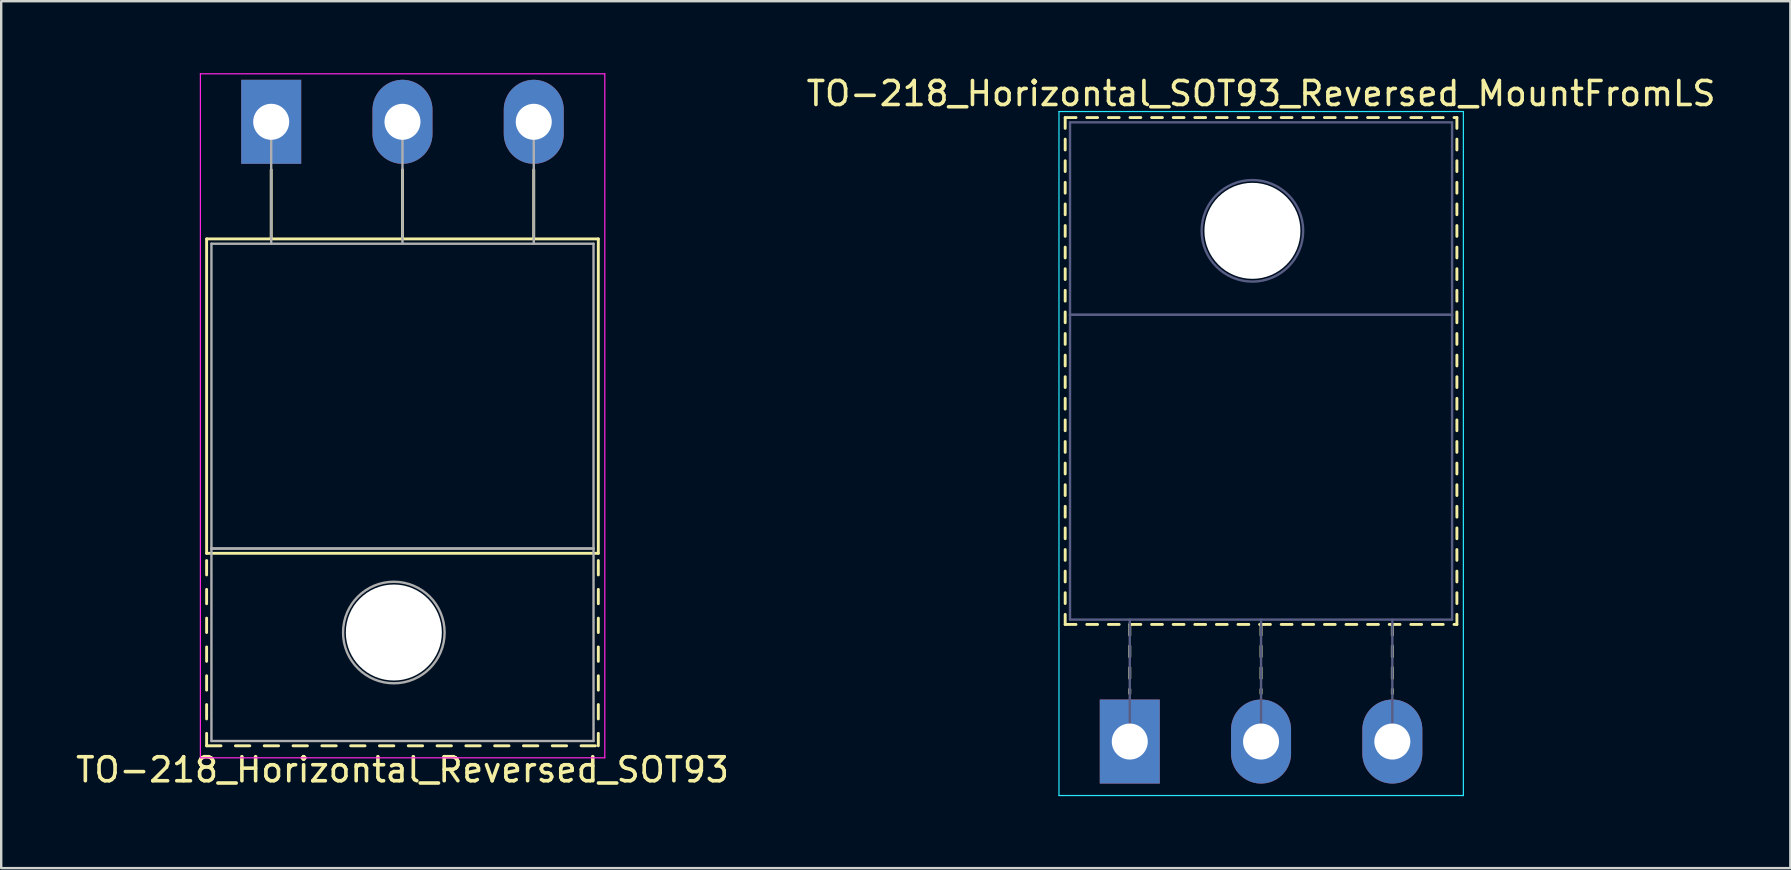
<source format=kicad_pcb>
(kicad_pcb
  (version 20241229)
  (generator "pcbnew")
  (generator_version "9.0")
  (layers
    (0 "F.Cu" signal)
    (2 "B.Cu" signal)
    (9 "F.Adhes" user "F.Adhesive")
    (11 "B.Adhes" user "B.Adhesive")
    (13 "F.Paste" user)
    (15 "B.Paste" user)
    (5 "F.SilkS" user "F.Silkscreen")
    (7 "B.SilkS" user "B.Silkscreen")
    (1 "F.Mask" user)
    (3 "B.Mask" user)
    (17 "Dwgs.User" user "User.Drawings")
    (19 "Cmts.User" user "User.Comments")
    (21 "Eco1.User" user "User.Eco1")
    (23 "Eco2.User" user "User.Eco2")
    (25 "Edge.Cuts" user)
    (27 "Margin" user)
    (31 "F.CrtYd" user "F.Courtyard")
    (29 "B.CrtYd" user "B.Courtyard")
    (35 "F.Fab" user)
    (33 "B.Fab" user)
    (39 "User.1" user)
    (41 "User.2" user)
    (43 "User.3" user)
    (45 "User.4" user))
  (footprint "TO-218_Horizontal_Reversed_SOT93"
    (layer "F.Cu")
    (at 8.25 2.025)
    (property "Reference" "TO-218_Horizontal_Reversed_SOT93" (at 5.47 27 0) (layer "F.SilkS") (effects (font (size 1 1) (thickness 0.15))))
    (attr through_hole)
    (fp_line (start -2.691 4.88) (end -2.691 17.98) (stroke (width 0.12) (type solid)) (layer "F.SilkS"))
    (fp_line (start -2.691 4.88) (end 13.63 4.88) (stroke (width 0.12) (type solid)) (layer "F.SilkS"))
    (fp_line (start -2.691 17.98) (end 13.63 17.98) (stroke (width 0.12) (type solid)) (layer "F.SilkS"))
    (fp_line (start -2.691 18.28) (end -2.691 18.881) (stroke (width 0.12) (type solid)) (layer "F.SilkS"))
    (fp_line (start -2.691 19.481) (end -2.691 20.081) (stroke (width 0.12) (type solid)) (layer "F.SilkS"))
    (fp_line (start -2.691 20.681) (end -2.691 21.281) (stroke (width 0.12) (type solid)) (layer "F.SilkS"))
    (fp_line (start -2.691 21.881) (end -2.691 22.481) (stroke (width 0.12) (type solid)) (layer "F.SilkS"))
    (fp_line (start -2.691 23.081) (end -2.691 23.681) (stroke (width 0.12) (type solid)) (layer "F.SilkS"))
    (fp_line (start -2.691 24.281) (end -2.691 24.881) (stroke (width 0.12) (type solid)) (layer "F.SilkS"))
    (fp_line (start -2.691 25.481) (end -2.691 26) (stroke (width 0.12) (type solid)) (layer "F.SilkS"))
    (fp_line (start -2.691 26) (end -2.091 26) (stroke (width 0.12) (type solid)) (layer "F.SilkS"))
    (fp_line (start -1.491 26) (end -0.891 26) (stroke (width 0.12) (type solid)) (layer "F.SilkS"))
    (fp_line (start -0.291 26) (end 0.31 26) (stroke (width 0.12) (type solid)) (layer "F.SilkS"))
    (fp_line (start 0 2) (end 0 4.88) (stroke (width 0.12) (type solid)) (layer "F.SilkS"))
    (fp_line (start 0.91 26) (end 1.51 26) (stroke (width 0.12) (type solid)) (layer "F.SilkS"))
    (fp_line (start 2.11 26) (end 2.71 26) (stroke (width 0.12) (type solid)) (layer "F.SilkS"))
    (fp_line (start 3.31 26) (end 3.91 26) (stroke (width 0.12) (type solid)) (layer "F.SilkS"))
    (fp_line (start 4.51 26) (end 5.11 26) (stroke (width 0.12) (type solid)) (layer "F.SilkS"))
    (fp_line (start 5.47 2) (end 5.47 4.88) (stroke (width 0.12) (type solid)) (layer "F.SilkS"))
    (fp_line (start 5.71 26) (end 6.31 26) (stroke (width 0.12) (type solid)) (layer "F.SilkS"))
    (fp_line (start 6.91 26) (end 7.51 26) (stroke (width 0.12) (type solid)) (layer "F.SilkS"))
    (fp_line (start 8.11 26) (end 8.71 26) (stroke (width 0.12) (type solid)) (layer "F.SilkS"))
    (fp_line (start 9.31 26) (end 9.91 26) (stroke (width 0.12) (type solid)) (layer "F.SilkS"))
    (fp_line (start 10.51 26) (end 11.11 26) (stroke (width 0.12) (type solid)) (layer "F.SilkS"))
    (fp_line (start 10.94 2) (end 10.94 4.88) (stroke (width 0.12) (type solid)) (layer "F.SilkS"))
    (fp_line (start 11.71 26) (end 12.31 26) (stroke (width 0.12) (type solid)) (layer "F.SilkS"))
    (fp_line (start 12.91 26) (end 13.51 26) (stroke (width 0.12) (type solid)) (layer "F.SilkS"))
    (fp_line (start 13.63 4.88) (end 13.63 17.98) (stroke (width 0.12) (type solid)) (layer "F.SilkS"))
    (fp_line (start 13.63 18.28) (end 13.63 18.881) (stroke (width 0.12) (type solid)) (layer "F.SilkS"))
    (fp_line (start 13.63 19.481) (end 13.63 20.081) (stroke (width 0.12) (type solid)) (layer "F.SilkS"))
    (fp_line (start 13.63 20.681) (end 13.63 21.281) (stroke (width 0.12) (type solid)) (layer "F.SilkS"))
    (fp_line (start 13.63 21.881) (end 13.63 22.481) (stroke (width 0.12) (type solid)) (layer "F.SilkS"))
    (fp_line (start 13.63 23.081) (end 13.63 23.681) (stroke (width 0.12) (type solid)) (layer "F.SilkS"))
    (fp_line (start 13.63 24.281) (end 13.63 24.881) (stroke (width 0.12) (type solid)) (layer "F.SilkS"))
    (fp_line (start 13.63 25.481) (end 13.63 26) (stroke (width 0.12) (type solid)) (layer "F.SilkS"))
    (fp_line (start -2.95 -2) (end -2.95 26.5) (stroke (width 0.05) (type solid)) (layer "F.CrtYd"))
    (fp_line (start -2.95 26.5) (end 13.9 26.5) (stroke (width 0.05) (type solid)) (layer "F.CrtYd"))
    (fp_line (start 13.9 -2) (end -2.95 -2) (stroke (width 0.05) (type solid)) (layer "F.CrtYd"))
    (fp_line (start 13.9 26.5) (end 13.9 -2) (stroke (width 0.05) (type solid)) (layer "F.CrtYd"))
    (fp_line (start -2.49 5.08) (end -2.49 17.78) (stroke (width 0.1) (type solid)) (layer "F.Fab"))
    (fp_line (start -2.49 17.78) (end -2.49 25.8) (stroke (width 0.1) (type solid)) (layer "F.Fab"))
    (fp_line (start -2.49 17.78) (end 13.43 17.78) (stroke (width 0.1) (type solid)) (layer "F.Fab"))
    (fp_line (start -2.49 25.8) (end 13.43 25.8) (stroke (width 0.1) (type solid)) (layer "F.Fab"))
    (fp_line (start 0 5.08) (end 0 0) (stroke (width 0.1) (type solid)) (layer "F.Fab"))
    (fp_line (start 5.47 5.08) (end 5.47 0) (stroke (width 0.1) (type solid)) (layer "F.Fab"))
    (fp_line (start 10.94 5.08) (end 10.94 0) (stroke (width 0.1) (type solid)) (layer "F.Fab"))
    (fp_line (start 13.43 5.08) (end -2.49 5.08) (stroke (width 0.1) (type solid)) (layer "F.Fab"))
    (fp_line (start 13.43 17.78) (end -2.49 17.78) (stroke (width 0.1) (type solid)) (layer "F.Fab"))
    (fp_line (start 13.43 17.78) (end 13.43 5.08) (stroke (width 0.1) (type solid)) (layer "F.Fab"))
    (fp_line (start 13.43 25.8) (end 13.43 17.78) (stroke (width 0.1) (type solid)) (layer "F.Fab"))
    (fp_circle (center 5.11 21.28) (end 7.225 21.28) (stroke (width 0.1) (type solid)) (fill no) (layer "F.Fab"))
    (pad "" np_thru_hole oval (at 5.11 21.28) (size 4 4) (drill 4) (layers "*.Cu" "*.Mask"))
    (pad "1" thru_hole rect (at 0 0) (size 2.5 3.5) (drill 1.5) (layers "*.Cu" "*.Mask"))
    (pad "2" thru_hole oval (at 5.47 0) (size 2.5 3.5) (drill 1.5) (layers "*.Cu" "*.Mask"))
    (pad "3" thru_hole oval (at 10.94 0) (size 2.5 3.5) (drill 1.5) (layers "*.Cu" "*.Mask")))
  (footprint "TO-218_Horizontal_SOT93_Reversed_MountFromLS"
    (layer "F.Cu")
    (at 44.024 27.848)
    (property "Reference" "TO-218_Horizontal_SOT93_Reversed_MountFromLS" (at 5.47 -27 0) (layer "F.SilkS") (effects (font (size 1 1) (thickness 0.15))))
    (attr through_hole)
    (fp_line (start -2.691 -26) (end -2.691 -25.55) (stroke (width 0.12) (type solid)) (layer "F.SilkS"))
    (fp_line (start -2.691 -26) (end -2.24 -26) (stroke (width 0.12) (type solid)) (layer "F.SilkS"))
    (fp_line (start -2.691 -25.1) (end -2.691 -24.65) (stroke (width 0.12) (type solid)) (layer "F.SilkS"))
    (fp_line (start -2.691 -24.2) (end -2.691 -23.75) (stroke (width 0.12) (type solid)) (layer "F.SilkS"))
    (fp_line (start -2.691 -23.3) (end -2.691 -22.85) (stroke (width 0.12) (type solid)) (layer "F.SilkS"))
    (fp_line (start -2.691 -22.4) (end -2.691 -21.951) (stroke (width 0.12) (type solid)) (layer "F.SilkS"))
    (fp_line (start -2.691 -21.501) (end -2.691 -21.051) (stroke (width 0.12) (type solid)) (layer "F.SilkS"))
    (fp_line (start -2.691 -20.601) (end -2.691 -20.151) (stroke (width 0.12) (type solid)) (layer "F.SilkS"))
    (fp_line (start -2.691 -19.701) (end -2.691 -19.251) (stroke (width 0.12) (type solid)) (layer "F.SilkS"))
    (fp_line (start -2.691 -18.801) (end -2.691 -18.351) (stroke (width 0.12) (type solid)) (layer "F.SilkS"))
    (fp_line (start -2.691 -17.901) (end -2.691 -17.451) (stroke (width 0.12) (type solid)) (layer "F.SilkS"))
    (fp_line (start -2.691 -17.001) (end -2.691 -16.551) (stroke (width 0.12) (type solid)) (layer "F.SilkS"))
    (fp_line (start -2.691 -16.101) (end -2.691 -15.651) (stroke (width 0.12) (type solid)) (layer "F.SilkS"))
    (fp_line (start -2.691 -15.201) (end -2.691 -14.751) (stroke (width 0.12) (type solid)) (layer "F.SilkS"))
    (fp_line (start -2.691 -14.301) (end -2.691 -13.851) (stroke (width 0.12) (type solid)) (layer "F.SilkS"))
    (fp_line (start -2.691 -13.401) (end -2.691 -12.951) (stroke (width 0.12) (type solid)) (layer "F.SilkS"))
    (fp_line (start -2.691 -12.501) (end -2.691 -12.051) (stroke (width 0.12) (type solid)) (layer "F.SilkS"))
    (fp_line (start -2.691 -11.601) (end -2.691 -11.151) (stroke (width 0.12) (type solid)) (layer "F.SilkS"))
    (fp_line (start -2.691 -10.701) (end -2.691 -10.251) (stroke (width 0.12) (type solid)) (layer "F.SilkS"))
    (fp_line (start -2.691 -9.801) (end -2.691 -9.351) (stroke (width 0.12) (type solid)) (layer "F.SilkS"))
    (fp_line (start -2.691 -8.901) (end -2.691 -8.451) (stroke (width 0.12) (type solid)) (layer "F.SilkS"))
    (fp_line (start -2.691 -8.001) (end -2.691 -7.551) (stroke (width 0.12) (type solid)) (layer "F.SilkS"))
    (fp_line (start -2.691 -7.101) (end -2.691 -6.651) (stroke (width 0.12) (type solid)) (layer "F.SilkS"))
    (fp_line (start -2.691 -6.201) (end -2.691 -5.751) (stroke (width 0.12) (type solid)) (layer "F.SilkS"))
    (fp_line (start -2.691 -5.301) (end -2.691 -4.88) (stroke (width 0.12) (type solid)) (layer "F.SilkS"))
    (fp_line (start -2.691 -4.88) (end -2.24 -4.88) (stroke (width 0.12) (type solid)) (layer "F.SilkS"))
    (fp_line (start -1.791 -26) (end -1.341 -26) (stroke (width 0.12) (type solid)) (layer "F.SilkS"))
    (fp_line (start -1.791 -4.88) (end -1.341 -4.88) (stroke (width 0.12) (type solid)) (layer "F.SilkS"))
    (fp_line (start -0.891 -26) (end -0.441 -26) (stroke (width 0.12) (type solid)) (layer "F.SilkS"))
    (fp_line (start -0.891 -4.88) (end -0.441 -4.88) (stroke (width 0.12) (type solid)) (layer "F.SilkS"))
    (fp_line (start 0 -4.88) (end 0 -4.43) (stroke (width 0.12) (type solid)) (layer "F.SilkS"))
    (fp_line (start 0 -3.98) (end 0 -3.53) (stroke (width 0.12) (type solid)) (layer "F.SilkS"))
    (fp_line (start 0 -3.08) (end 0 -2.63) (stroke (width 0.12) (type solid)) (layer "F.SilkS"))
    (fp_line (start 0 -2.18) (end 0 -2) (stroke (width 0.12) (type solid)) (layer "F.SilkS"))
    (fp_line (start 0.01 -26) (end 0.46 -26) (stroke (width 0.12) (type solid)) (layer "F.SilkS"))
    (fp_line (start 0.01 -4.88) (end 0.46 -4.88) (stroke (width 0.12) (type solid)) (layer "F.SilkS"))
    (fp_line (start 0.91 -26) (end 1.36 -26) (stroke (width 0.12) (type solid)) (layer "F.SilkS"))
    (fp_line (start 0.91 -4.88) (end 1.36 -4.88) (stroke (width 0.12) (type solid)) (layer "F.SilkS"))
    (fp_line (start 1.81 -26) (end 2.26 -26) (stroke (width 0.12) (type solid)) (layer "F.SilkS"))
    (fp_line (start 1.81 -4.88) (end 2.26 -4.88) (stroke (width 0.12) (type solid)) (layer "F.SilkS"))
    (fp_line (start 2.71 -26) (end 3.16 -26) (stroke (width 0.12) (type solid)) (layer "F.SilkS"))
    (fp_line (start 2.71 -4.88) (end 3.16 -4.88) (stroke (width 0.12) (type solid)) (layer "F.SilkS"))
    (fp_line (start 3.61 -26) (end 4.06 -26) (stroke (width 0.12) (type solid)) (layer "F.SilkS"))
    (fp_line (start 3.61 -4.88) (end 4.06 -4.88) (stroke (width 0.12) (type solid)) (layer "F.SilkS"))
    (fp_line (start 4.51 -26) (end 4.96 -26) (stroke (width 0.12) (type solid)) (layer "F.SilkS"))
    (fp_line (start 4.51 -4.88) (end 4.96 -4.88) (stroke (width 0.12) (type solid)) (layer "F.SilkS"))
    (fp_line (start 5.41 -26) (end 5.86 -26) (stroke (width 0.12) (type solid)) (layer "F.SilkS"))
    (fp_line (start 5.41 -4.88) (end 5.86 -4.88) (stroke (width 0.12) (type solid)) (layer "F.SilkS"))
    (fp_line (start 5.47 -4.88) (end 5.47 -4.43) (stroke (width 0.12) (type solid)) (layer "F.SilkS"))
    (fp_line (start 5.47 -3.98) (end 5.47 -3.53) (stroke (width 0.12) (type solid)) (layer "F.SilkS"))
    (fp_line (start 5.47 -3.08) (end 5.47 -2.63) (stroke (width 0.12) (type solid)) (layer "F.SilkS"))
    (fp_line (start 5.47 -2.18) (end 5.47 -2) (stroke (width 0.12) (type solid)) (layer "F.SilkS"))
    (fp_line (start 6.31 -26) (end 6.761 -26) (stroke (width 0.12) (type solid)) (layer "F.SilkS"))
    (fp_line (start 6.31 -4.88) (end 6.761 -4.88) (stroke (width 0.12) (type solid)) (layer "F.SilkS"))
    (fp_line (start 7.211 -26) (end 7.661 -26) (stroke (width 0.12) (type solid)) (layer "F.SilkS"))
    (fp_line (start 7.211 -4.88) (end 7.661 -4.88) (stroke (width 0.12) (type solid)) (layer "F.SilkS"))
    (fp_line (start 8.111 -26) (end 8.56 -26) (stroke (width 0.12) (type solid)) (layer "F.SilkS"))
    (fp_line (start 8.111 -4.88) (end 8.56 -4.88) (stroke (width 0.12) (type solid)) (layer "F.SilkS"))
    (fp_line (start 9.01 -26) (end 9.46 -26) (stroke (width 0.12) (type solid)) (layer "F.SilkS"))
    (fp_line (start 9.01 -4.88) (end 9.46 -4.88) (stroke (width 0.12) (type solid)) (layer "F.SilkS"))
    (fp_line (start 9.91 -26) (end 10.36 -26) (stroke (width 0.12) (type solid)) (layer "F.SilkS"))
    (fp_line (start 9.91 -4.88) (end 10.36 -4.88) (stroke (width 0.12) (type solid)) (layer "F.SilkS"))
    (fp_line (start 10.81 -26) (end 11.26 -26) (stroke (width 0.12) (type solid)) (layer "F.SilkS"))
    (fp_line (start 10.81 -4.88) (end 11.26 -4.88) (stroke (width 0.12) (type solid)) (layer "F.SilkS"))
    (fp_line (start 10.94 -4.88) (end 10.94 -4.43) (stroke (width 0.12) (type solid)) (layer "F.SilkS"))
    (fp_line (start 10.94 -3.98) (end 10.94 -3.53) (stroke (width 0.12) (type solid)) (layer "F.SilkS"))
    (fp_line (start 10.94 -3.08) (end 10.94 -2.63) (stroke (width 0.12) (type solid)) (layer "F.SilkS"))
    (fp_line (start 10.94 -2.18) (end 10.94 -2) (stroke (width 0.12) (type solid)) (layer "F.SilkS"))
    (fp_line (start 11.71 -26) (end 12.16 -26) (stroke (width 0.12) (type solid)) (layer "F.SilkS"))
    (fp_line (start 11.71 -4.88) (end 12.16 -4.88) (stroke (width 0.12) (type solid)) (layer "F.SilkS"))
    (fp_line (start 12.61 -26) (end 13.06 -26) (stroke (width 0.12) (type solid)) (layer "F.SilkS"))
    (fp_line (start 12.61 -4.88) (end 13.06 -4.88) (stroke (width 0.12) (type solid)) (layer "F.SilkS"))
    (fp_line (start 13.51 -26) (end 13.63 -26) (stroke (width 0.12) (type solid)) (layer "F.SilkS"))
    (fp_line (start 13.51 -4.88) (end 13.63 -4.88) (stroke (width 0.12) (type solid)) (layer "F.SilkS"))
    (fp_line (start 13.63 -26) (end 13.63 -25.55) (stroke (width 0.12) (type solid)) (layer "F.SilkS"))
    (fp_line (start 13.63 -25.1) (end 13.63 -24.65) (stroke (width 0.12) (type solid)) (layer "F.SilkS"))
    (fp_line (start 13.63 -24.2) (end 13.63 -23.75) (stroke (width 0.12) (type solid)) (layer "F.SilkS"))
    (fp_line (start 13.63 -23.3) (end 13.63 -22.85) (stroke (width 0.12) (type solid)) (layer "F.SilkS"))
    (fp_line (start 13.63 -22.4) (end 13.63 -21.951) (stroke (width 0.12) (type solid)) (layer "F.SilkS"))
    (fp_line (start 13.63 -21.501) (end 13.63 -21.051) (stroke (width 0.12) (type solid)) (layer "F.SilkS"))
    (fp_line (start 13.63 -20.601) (end 13.63 -20.151) (stroke (width 0.12) (type solid)) (layer "F.SilkS"))
    (fp_line (start 13.63 -19.701) (end 13.63 -19.251) (stroke (width 0.12) (type solid)) (layer "F.SilkS"))
    (fp_line (start 13.63 -18.801) (end 13.63 -18.351) (stroke (width 0.12) (type solid)) (layer "F.SilkS"))
    (fp_line (start 13.63 -17.901) (end 13.63 -17.451) (stroke (width 0.12) (type solid)) (layer "F.SilkS"))
    (fp_line (start 13.63 -17.001) (end 13.63 -16.551) (stroke (width 0.12) (type solid)) (layer "F.SilkS"))
    (fp_line (start 13.63 -16.101) (end 13.63 -15.651) (stroke (width 0.12) (type solid)) (layer "F.SilkS"))
    (fp_line (start 13.63 -15.201) (end 13.63 -14.751) (stroke (width 0.12) (type solid)) (layer "F.SilkS"))
    (fp_line (start 13.63 -14.301) (end 13.63 -13.851) (stroke (width 0.12) (type solid)) (layer "F.SilkS"))
    (fp_line (start 13.63 -13.401) (end 13.63 -12.951) (stroke (width 0.12) (type solid)) (layer "F.SilkS"))
    (fp_line (start 13.63 -12.501) (end 13.63 -12.051) (stroke (width 0.12) (type solid)) (layer "F.SilkS"))
    (fp_line (start 13.63 -11.601) (end 13.63 -11.151) (stroke (width 0.12) (type solid)) (layer "F.SilkS"))
    (fp_line (start 13.63 -10.701) (end 13.63 -10.251) (stroke (width 0.12) (type solid)) (layer "F.SilkS"))
    (fp_line (start 13.63 -9.801) (end 13.63 -9.351) (stroke (width 0.12) (type solid)) (layer "F.SilkS"))
    (fp_line (start 13.63 -8.901) (end 13.63 -8.451) (stroke (width 0.12) (type solid)) (layer "F.SilkS"))
    (fp_line (start 13.63 -8.001) (end 13.63 -7.551) (stroke (width 0.12) (type solid)) (layer "F.SilkS"))
    (fp_line (start 13.63 -7.101) (end 13.63 -6.651) (stroke (width 0.12) (type solid)) (layer "F.SilkS"))
    (fp_line (start 13.63 -6.201) (end 13.63 -5.751) (stroke (width 0.12) (type solid)) (layer "F.SilkS"))
    (fp_line (start 13.63 -5.301) (end 13.63 -4.88) (stroke (width 0.12) (type solid)) (layer "F.SilkS"))
    (fp_line (start -2.95 -26.25) (end -2.95 2.25) (stroke (width 0.05) (type solid)) (layer "B.CrtYd"))
    (fp_line (start -2.95 2.25) (end 13.9 2.25) (stroke (width 0.05) (type solid)) (layer "B.CrtYd"))
    (fp_line (start 13.9 -26.25) (end -2.95 -26.25) (stroke (width 0.05) (type solid)) (layer "B.CrtYd"))
    (fp_line (start 13.9 2.25) (end 13.9 -26.25) (stroke (width 0.05) (type solid)) (layer "B.CrtYd"))
    (fp_line (start -2.49 -25.8) (end 13.43 -25.8) (stroke (width 0.1) (type solid)) (layer "B.Fab"))
    (fp_line (start -2.49 -17.78) (end -2.49 -25.8) (stroke (width 0.1) (type solid)) (layer "B.Fab"))
    (fp_line (start -2.49 -17.78) (end 13.43 -17.78) (stroke (width 0.1) (type solid)) (layer "B.Fab"))
    (fp_line (start -2.49 -5.08) (end -2.49 -17.78) (stroke (width 0.1) (type solid)) (layer "B.Fab"))
    (fp_line (start 0 -5.08) (end 0 0) (stroke (width 0.1) (type solid)) (layer "B.Fab"))
    (fp_line (start 5.47 -5.08) (end 5.47 0) (stroke (width 0.1) (type solid)) (layer "B.Fab"))
    (fp_line (start 10.94 -5.08) (end 10.94 0) (stroke (width 0.1) (type solid)) (layer "B.Fab"))
    (fp_line (start 13.43 -25.8) (end 13.43 -17.78) (stroke (width 0.1) (type solid)) (layer "B.Fab"))
    (fp_line (start 13.43 -17.78) (end -2.49 -17.78) (stroke (width 0.1) (type solid)) (layer "B.Fab"))
    (fp_line (start 13.43 -17.78) (end 13.43 -5.08) (stroke (width 0.1) (type solid)) (layer "B.Fab"))
    (fp_line (start 13.43 -5.08) (end -2.49 -5.08) (stroke (width 0.1) (type solid)) (layer "B.Fab"))
    (fp_circle (center 5.11 -21.28) (end 7.225 -21.28) (stroke (width 0.1) (type solid)) (fill no) (layer "B.Fab"))
    (pad "" np_thru_hole oval (at 5.11 -21.28) (size 4 4) (drill 4) (layers "*.Cu" "*.Mask"))
    (pad "1" thru_hole rect (at 0 0) (size 2.5 3.5) (drill 1.5) (layers "*.Cu" "*.Mask"))
    (pad "2" thru_hole oval (at 5.47 0) (size 2.5 3.5) (drill 1.5) (layers "*.Cu" "*.Mask"))
    (pad "3" thru_hole oval (at 10.94 0) (size 2.5 3.5) (drill 1.5) (layers "*.Cu" "*.Mask")))
  (gr_rect
    (start -3 -3)
    (end 71.548 33.123)
    (stroke (width 0.1) (type default))
    (fill no)
    (layer "Edge.Cuts")))
</source>
